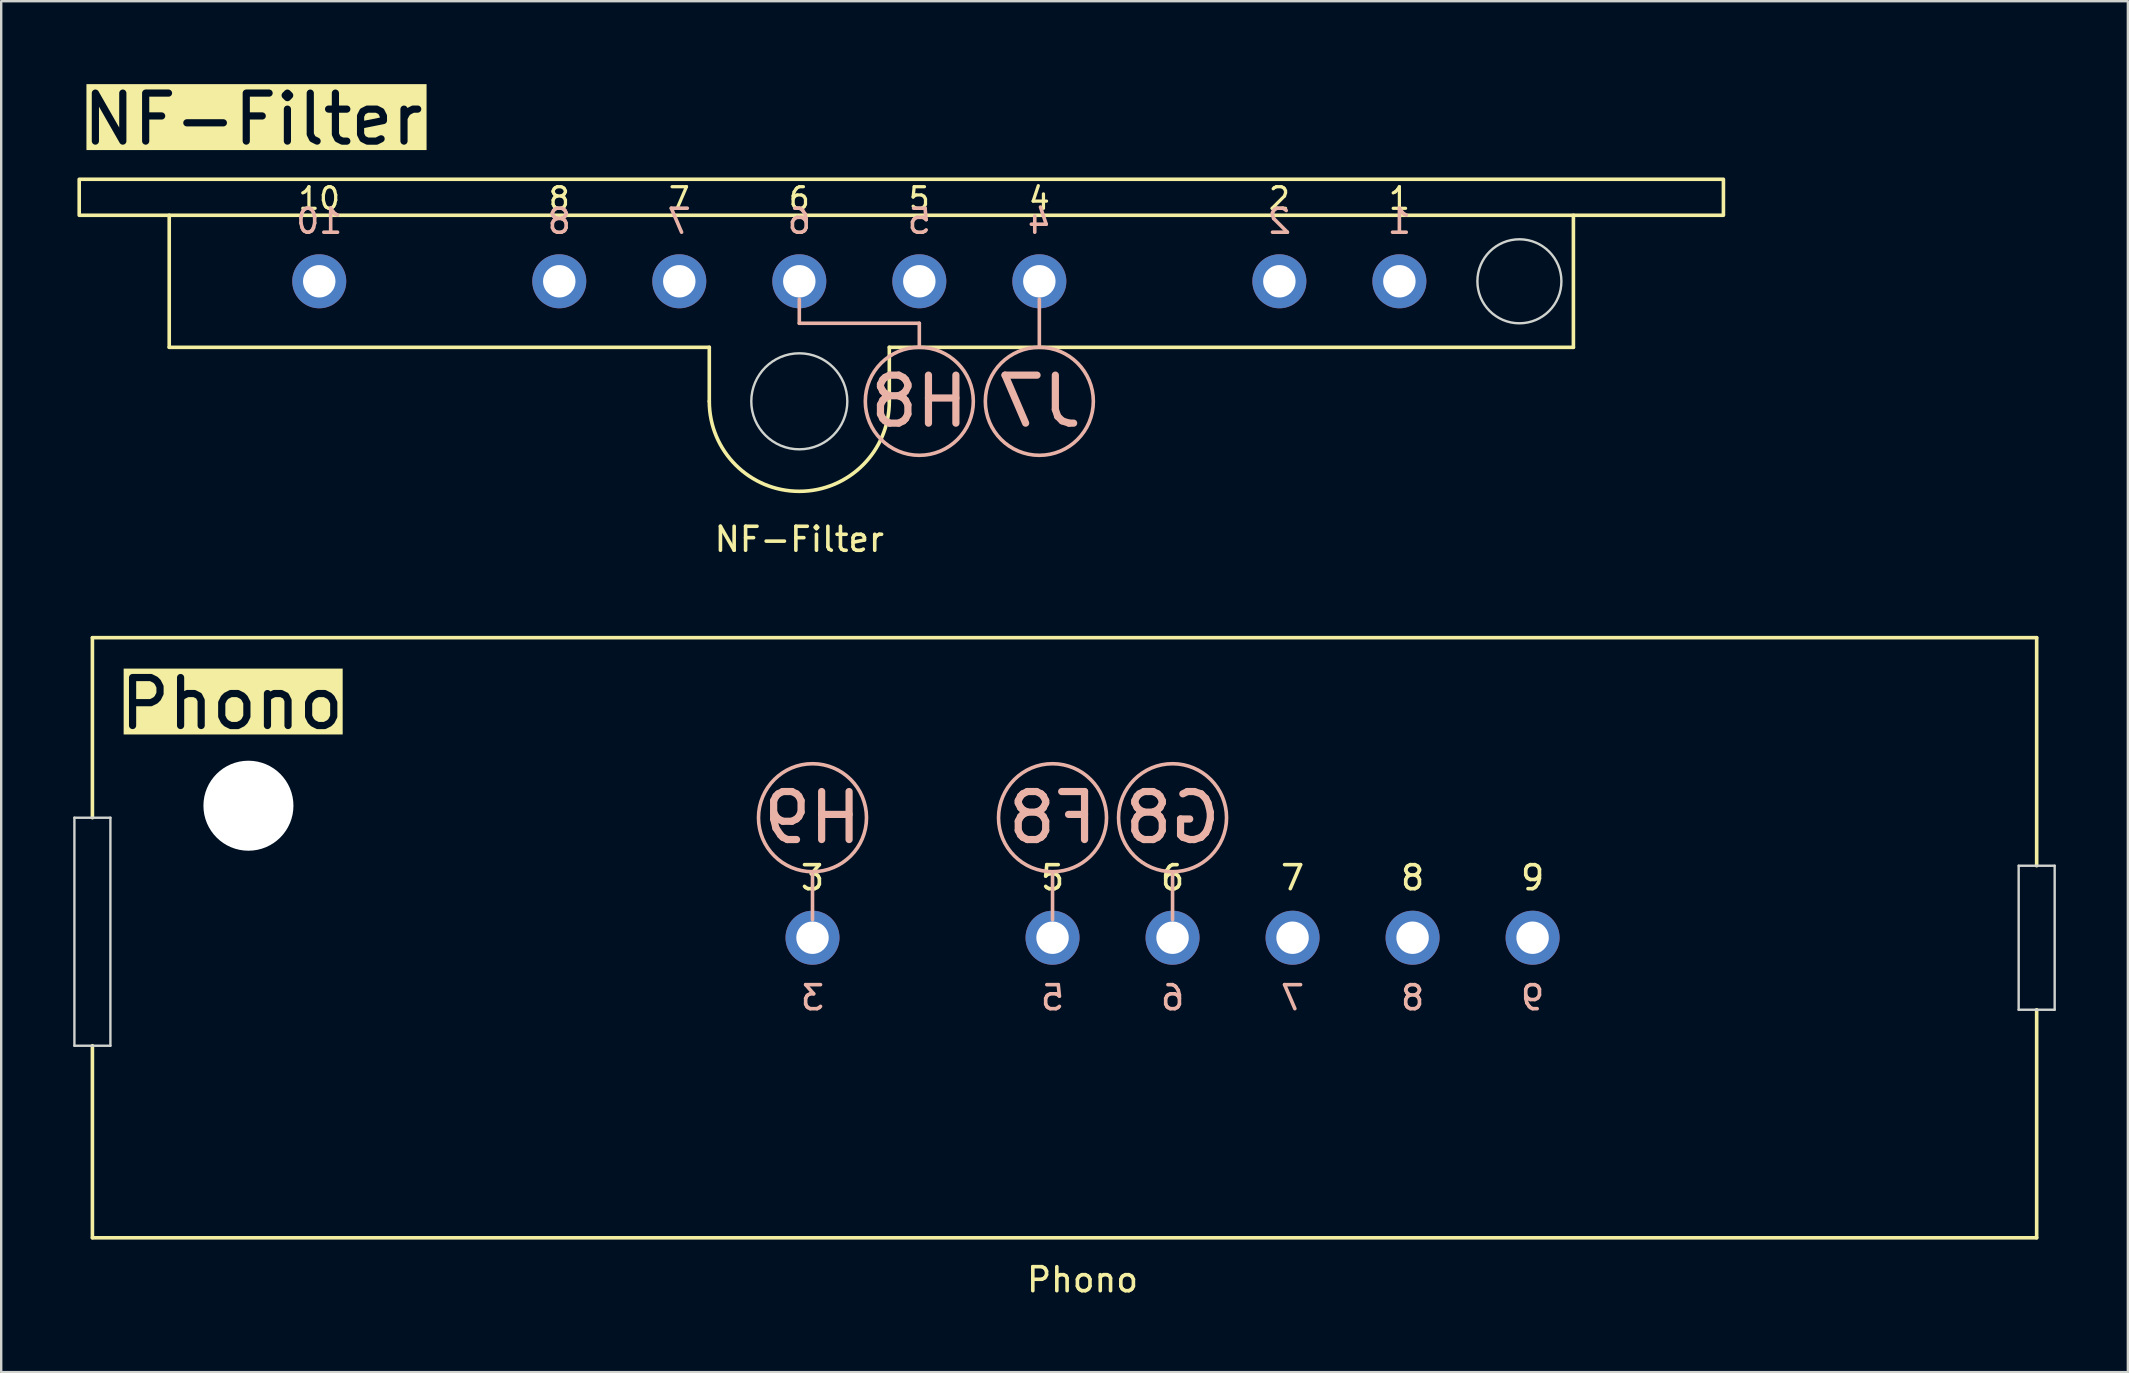
<source format=kicad_pcb>
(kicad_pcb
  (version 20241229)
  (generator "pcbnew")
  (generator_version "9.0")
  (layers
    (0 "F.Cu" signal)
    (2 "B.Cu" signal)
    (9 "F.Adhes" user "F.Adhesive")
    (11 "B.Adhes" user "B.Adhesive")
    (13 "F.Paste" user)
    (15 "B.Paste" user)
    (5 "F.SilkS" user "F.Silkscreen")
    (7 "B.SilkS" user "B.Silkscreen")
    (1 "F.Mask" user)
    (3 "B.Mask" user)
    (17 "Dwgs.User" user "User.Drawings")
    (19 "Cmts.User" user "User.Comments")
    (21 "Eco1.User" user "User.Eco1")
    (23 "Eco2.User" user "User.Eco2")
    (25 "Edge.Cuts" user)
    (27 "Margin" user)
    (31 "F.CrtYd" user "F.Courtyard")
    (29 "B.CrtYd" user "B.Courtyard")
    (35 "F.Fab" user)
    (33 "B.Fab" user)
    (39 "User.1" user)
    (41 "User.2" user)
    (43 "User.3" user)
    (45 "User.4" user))
  (footprint "Phono"
    (layer "F.Cu")
    (at 0.8 23.517)
    (property "Reference" "Phono" (at 41.25 26.75 0) (unlocked yes) (layer "F.SilkS") (effects (font (size 1 1) (thickness 0.15))))
    (attr through_hole)
    (fp_line (start 0 0) (end 0 7.5) (stroke (width 0.15) (type default)) (layer "F.SilkS"))
    (fp_line (start 0 17) (end 0 25) (stroke (width 0.15) (type default)) (layer "F.SilkS"))
    (fp_line (start 0 25) (end 81 25) (stroke (width 0.15) (type default)) (layer "F.SilkS"))
    (fp_line (start 81 0) (end 0 0) (stroke (width 0.15) (type default)) (layer "F.SilkS"))
    (fp_line (start 81 9.5) (end 81 0) (stroke (width 0.15) (type default)) (layer "F.SilkS"))
    (fp_line (start 81 25) (end 81 15.5) (stroke (width 0.15) (type default)) (layer "F.SilkS"))
    (fp_line (start 30 9.75) (end 30 11.75) (stroke (width 0.15) (type default)) (layer "B.SilkS"))
    (fp_line (start 40 9.75) (end 40 11.75) (stroke (width 0.15) (type default)) (layer "B.SilkS"))
    (fp_line (start 45 9.75) (end 45 11.75) (stroke (width 0.15) (type default)) (layer "B.SilkS"))
    (fp_circle (center 30 7.5) (end 32.25 7.5) (stroke (width 0.15) (type default)) (fill no) (layer "B.SilkS"))
    (fp_circle (center 40 7.5) (end 42.25 7.5) (stroke (width 0.15) (type default)) (fill no) (layer "B.SilkS"))
    (fp_circle (center 45 7.5) (end 47.25 7.5) (stroke (width 0.15) (type default)) (fill no) (layer "B.SilkS"))
    (fp_line (start -0.75 7.5) (end -0.75 17) (stroke (width 0.1) (type default)) (layer "Edge.Cuts"))
    (fp_line (start -0.75 7.5) (end 0.75 7.5) (stroke (width 0.1) (type default)) (layer "Edge.Cuts"))
    (fp_line (start -0.75 17) (end 0.75 17) (stroke (width 0.1) (type default)) (layer "Edge.Cuts"))
    (fp_line (start 0.75 17) (end 0.75 7.5) (stroke (width 0.1) (type default)) (layer "Edge.Cuts"))
    (fp_line (start 80.25 9.5) (end 80.25 15.5) (stroke (width 0.1) (type default)) (layer "Edge.Cuts"))
    (fp_line (start 80.25 9.5) (end 81.75 9.5) (stroke (width 0.1) (type default)) (layer "Edge.Cuts"))
    (fp_line (start 80.25 15.5) (end 81.75 15.5) (stroke (width 0.1) (type default)) (layer "Edge.Cuts"))
    (fp_line (start 81.75 15.5) (end 81.75 9.5) (stroke (width 0.1) (type default)) (layer "Edge.Cuts"))
    (fp_text user "7" (at 50 10 0) (unlocked yes) (layer "F.SilkS") (effects (font (size 1 1) (thickness 0.15))))
    (fp_text user "8" (at 55 10 0) (unlocked yes) (layer "F.SilkS") (effects (font (size 1 1) (thickness 0.15))))
    (fp_text user "Phono" (at 1 2.75 0) (unlocked yes) (layer "F.SilkS" knockout) (effects (font (size 2 2) (thickness 0.3)) (justify left)))
    (fp_text user "9" (at 60 10 0) (unlocked yes) (layer "F.SilkS") (effects (font (size 1 1) (thickness 0.15))))
    (fp_text user "6" (at 45 10 0) (unlocked yes) (layer "F.SilkS") (effects (font (size 1 1) (thickness 0.15))))
    (fp_text user "5" (at 40 10 0) (unlocked yes) (layer "F.SilkS") (effects (font (size 1 1) (thickness 0.15))))
    (fp_text user "3" (at 30 10 0) (unlocked yes) (layer "F.SilkS") (effects (font (size 1 1) (thickness 0.15))))
    (fp_text user "5" (at 40 15 0) (unlocked yes) (layer "B.SilkS") (effects (font (size 1 1) (thickness 0.15)) (justify mirror)))
    (fp_text user "G8" (at 45 7.5 0) (unlocked yes) (layer "B.SilkS") (effects (font (size 2 2) (thickness 0.3)) (justify mirror)))
    (fp_text user "6" (at 45 15 0) (unlocked yes) (layer "B.SilkS") (effects (font (size 1 1) (thickness 0.15)) (justify mirror)))
    (fp_text user "8" (at 55 15 0) (unlocked yes) (layer "B.SilkS") (effects (font (size 1 1) (thickness 0.15)) (justify mirror)))
    (fp_text user "F8" (at 40 7.5 0) (unlocked yes) (layer "B.SilkS") (effects (font (size 2 2) (thickness 0.3)) (justify mirror)))
    (fp_text user "9" (at 60 15 0) (unlocked yes) (layer "B.SilkS") (effects (font (size 1 1) (thickness 0.15)) (justify mirror)))
    (fp_text user "3" (at 30 15 0) (unlocked yes) (layer "B.SilkS") (effects (font (size 1 1) (thickness 0.15)) (justify mirror)))
    (fp_text user "7" (at 50 15 0) (unlocked yes) (layer "B.SilkS") (effects (font (size 1 1) (thickness 0.15)) (justify mirror)))
    (fp_text user "H9" (at 30 7.5 0) (unlocked yes) (layer "B.SilkS") (effects (font (size 2 2) (thickness 0.3)) (justify mirror)))
    (pad "3" thru_hole circle (at 30 12.5) (size 2.25 2.25) (drill 1.35) (layers "*.Cu" "B.Mask") (remove_unused_layers yes) (keep_end_layers yes) (zone_layer_connections))
    (pad "5" thru_hole circle (at 40 12.5) (size 2.25 2.25) (drill 1.35) (layers "*.Cu" "B.Mask") (remove_unused_layers yes) (keep_end_layers yes) (zone_layer_connections))
    (pad "6" thru_hole circle (at 45 12.5) (size 2.25 2.25) (drill 1.35) (layers "*.Cu" "B.Mask") (remove_unused_layers yes) (keep_end_layers yes) (zone_layer_connections))
    (pad "7" thru_hole circle (at 50 12.5) (size 2.25 2.25) (drill 1.35) (layers "*.Cu" "B.Mask") (remove_unused_layers yes) (keep_end_layers yes) (zone_layer_connections))
    (pad "8" thru_hole circle (at 55 12.5) (size 2.25 2.25) (drill 1.35) (layers "*.Cu" "B.Mask") (remove_unused_layers yes) (keep_end_layers yes) (zone_layer_connections))
    (pad "9" thru_hole circle (at 60 12.5) (size 2.25 2.25) (drill 1.35) (layers "*.Cu" "B.Mask") (remove_unused_layers yes) (keep_end_layers yes) (zone_layer_connections))
    (pad "16" thru_hole circle (at 6.5 7) (size 5.5 5.5) (drill 3.75) (layers "*.Cu" "B.Mask") (remove_unused_layers yes) (zone_layer_connections)))
  (footprint "NF-Filter"
    (layer "F.Cu")
    (at 0.25 4.419)
    (property "Reference" "NF-Filter" (at 30 15 0) (unlocked yes) (layer "F.SilkS") (effects (font (size 1 1) (thickness 0.15))))
    (attr through_hole)
    (fp_line (start 3.75 7) (end 3.75 1.5) (stroke (width 0.15) (type default)) (layer "F.SilkS"))
    (fp_line (start 26.25 7) (end 3.75 7) (stroke (width 0.15) (type default)) (layer "F.SilkS"))
    (fp_line (start 26.25 7) (end 26.25 9.25) (stroke (width 0.15) (type default)) (layer "F.SilkS"))
    (fp_line (start 33.75 7) (end 33.75 9.25) (stroke (width 0.15) (type default)) (layer "F.SilkS"))
    (fp_line (start 62.25 1.5) (end 62.25 7) (stroke (width 0.15) (type default)) (layer "F.SilkS"))
    (fp_line (start 62.25 7) (end 33.75 7) (stroke (width 0.15) (type default)) (layer "F.SilkS"))
    (fp_rect (start 68.5 0) (end 0 1.5) (stroke (width 0.15) (type default)) (fill no) (layer "F.SilkS"))
    (fp_arc (start 33.75 9.25) (mid 30 13) (end 26.25 9.25) (stroke (width 0.15) (type default)) (layer "F.SilkS"))
    (fp_line (start 30 6) (end 30 5) (stroke (width 0.15) (type default)) (layer "B.SilkS"))
    (fp_line (start 30 6) (end 35 6) (stroke (width 0.15) (type default)) (layer "B.SilkS"))
    (fp_line (start 35 7) (end 35 6) (stroke (width 0.15) (type default)) (layer "B.SilkS"))
    (fp_line (start 40 7) (end 40 5) (stroke (width 0.15) (type default)) (layer "B.SilkS"))
    (fp_circle (center 35 9.25) (end 32.75 9.25) (stroke (width 0.15) (type default)) (fill no) (layer "B.SilkS"))
    (fp_circle (center 40 9.25) (end 37.75 9.25) (stroke (width 0.15) (type default)) (fill no) (layer "B.SilkS"))
    (fp_circle (center 30 9.25) (end 32 9.25) (stroke (width 0.1) (type default)) (fill no) (layer "Edge.Cuts"))
    (fp_circle (center 60 4.25) (end 61.75 4.25) (stroke (width 0.1) (type default)) (fill no) (layer "Edge.Cuts"))
    (fp_text user "7" (at 25 0.8 0) (unlocked yes) (layer "F.SilkS") (effects (font (size 0.9 0.9) (thickness 0.135))))
    (fp_text user "5" (at 35 0.8 0) (unlocked yes) (layer "F.SilkS") (effects (font (size 0.9 0.9) (thickness 0.135))))
    (fp_text user "2" (at 50 0.8 0) (unlocked yes) (layer "F.SilkS") (effects (font (size 0.9 0.9) (thickness 0.135))))
    (fp_text user "1" (at 55 0.8 0) (unlocked yes) (layer "F.SilkS") (effects (font (size 0.9 0.9) (thickness 0.135))))
    (fp_text user "6" (at 30 0.8 0) (unlocked yes) (layer "F.SilkS") (effects (font (size 0.9 0.9) (thickness 0.135))))
    (fp_text user "4" (at 40 0.8 0) (unlocked yes) (layer "F.SilkS") (effects (font (size 0.9 0.9) (thickness 0.135))))
    (fp_text user "8" (at 20 0.8 0) (unlocked yes) (layer "F.SilkS") (effects (font (size 0.9 0.9) (thickness 0.135))))
    (fp_text user "10" (at 10 0.8 0) (unlocked yes) (layer "F.SilkS") (effects (font (size 0.9 0.9) (thickness 0.135))))
    (fp_text user "NF-Filter" (at 0 -2.5 0) (unlocked yes) (layer "F.SilkS" knockout) (effects (font (size 2 2) (thickness 0.3)) (justify left)))
    (fp_text user "7" (at 25 1.75 0) (unlocked yes) (layer "B.SilkS") (effects (font (size 1 1) (thickness 0.15)) (justify mirror)))
    (fp_text user "4" (at 40 1.75 0) (unlocked yes) (layer "B.SilkS") (effects (font (size 1 1) (thickness 0.15)) (justify mirror)))
    (fp_text user "8" (at 20 1.75 0) (unlocked yes) (layer "B.SilkS") (effects (font (size 1 1) (thickness 0.15)) (justify mirror)))
    (fp_text user "H8" (at 35 9.25 0) (unlocked yes) (layer "B.SilkS") (effects (font (size 2 2) (thickness 0.3)) (justify mirror)))
    (fp_text user "1" (at 55 1.75 0) (unlocked yes) (layer "B.SilkS") (effects (font (size 1 1) (thickness 0.15)) (justify mirror)))
    (fp_text user "J7" (at 40 9.25 0) (unlocked yes) (layer "B.SilkS") (effects (font (size 2 2) (thickness 0.3)) (justify mirror)))
    (fp_text user "10" (at 10 1.75 0) (unlocked yes) (layer "B.SilkS") (effects (font (size 1 1) (thickness 0.15)) (justify mirror)))
    (fp_text user "2" (at 50 1.75 0) (unlocked yes) (layer "B.SilkS") (effects (font (size 1 1) (thickness 0.15)) (justify mirror)))
    (fp_text user "5" (at 35 1.75 0) (unlocked yes) (layer "B.SilkS") (effects (font (size 1 1) (thickness 0.15)) (justify mirror)))
    (fp_text user "6" (at 30 1.75 0) (unlocked yes) (layer "B.SilkS") (effects (font (size 1 1) (thickness 0.15)) (justify mirror)))
    (pad "1" thru_hole circle (at 55 4.25) (size 2.25 2.25) (drill 1.35) (layers "*.Cu" "B.Mask") (remove_unused_layers yes) (keep_end_layers yes) (zone_layer_connections))
    (pad "2" thru_hole circle (at 50 4.25) (size 2.25 2.25) (drill 1.35) (layers "*.Cu" "B.Mask") (remove_unused_layers yes) (keep_end_layers yes) (zone_layer_connections))
    (pad "4" thru_hole circle (at 40 4.25) (size 2.25 2.25) (drill 1.35) (layers "*.Cu" "B.Mask") (remove_unused_layers yes) (keep_end_layers yes) (zone_layer_connections))
    (pad "5" thru_hole circle (at 35 4.25) (size 2.25 2.25) (drill 1.35) (layers "*.Cu" "B.Mask") (remove_unused_layers yes) (keep_end_layers yes) (zone_layer_connections))
    (pad "6" thru_hole circle (at 30 4.25) (size 2.25 2.25) (drill 1.35) (layers "*.Cu" "B.Mask") (remove_unused_layers yes) (keep_end_layers yes) (zone_layer_connections))
    (pad "7" thru_hole circle (at 25 4.25) (size 2.25 2.25) (drill 1.35) (layers "*.Cu" "B.Mask") (remove_unused_layers yes) (keep_end_layers yes) (zone_layer_connections))
    (pad "8" thru_hole circle (at 20 4.25) (size 2.25 2.25) (drill 1.35) (layers "*.Cu" "B.Mask") (remove_unused_layers yes) (keep_end_layers yes) (zone_layer_connections))
    (pad "10" thru_hole circle (at 10 4.25) (size 2.25 2.25) (drill 1.35) (layers "*.Cu" "B.Mask") (remove_unused_layers yes) (keep_end_layers yes) (zone_layer_connections)))
  (gr_rect
    (start -3 -3)
    (end 85.6 54.115)
    (stroke (width 0.1) (type default))
    (fill no)
    (layer "Edge.Cuts")))
</source>
